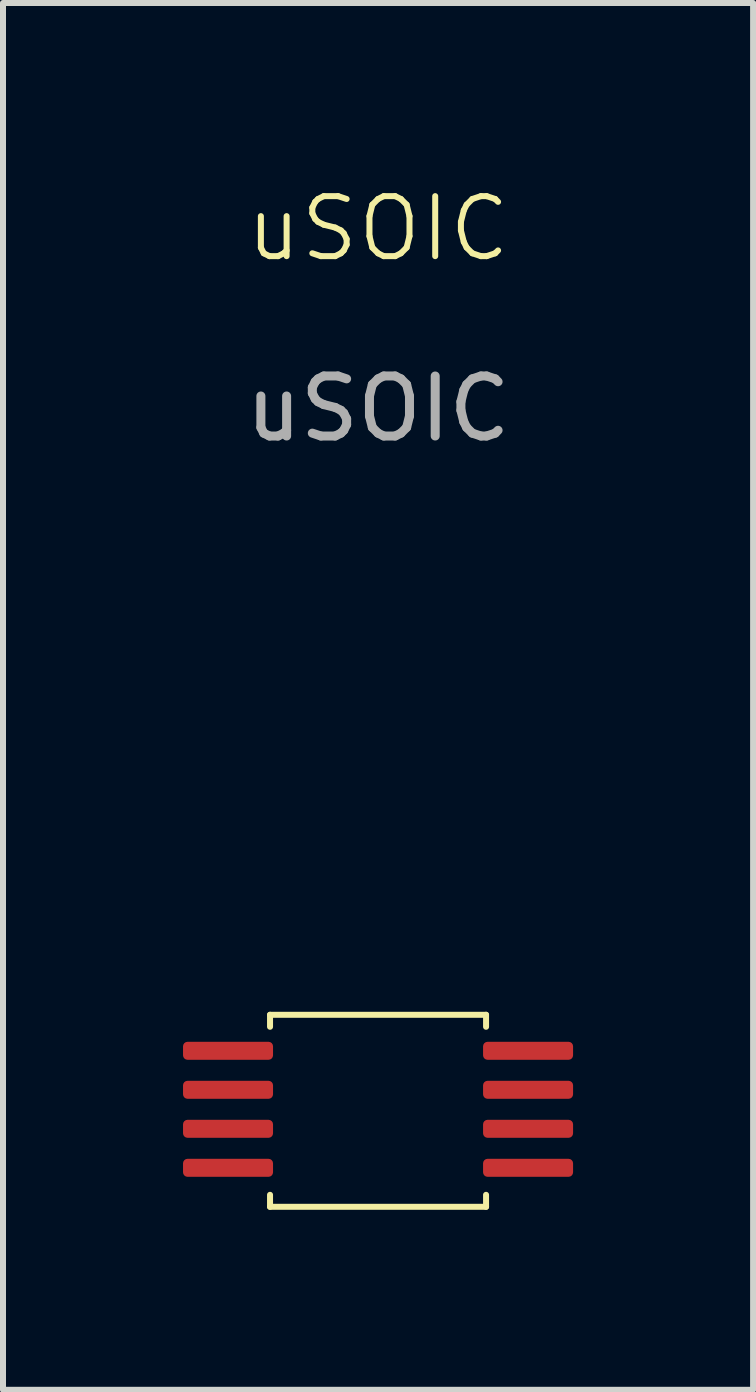
<source format=kicad_pcb>
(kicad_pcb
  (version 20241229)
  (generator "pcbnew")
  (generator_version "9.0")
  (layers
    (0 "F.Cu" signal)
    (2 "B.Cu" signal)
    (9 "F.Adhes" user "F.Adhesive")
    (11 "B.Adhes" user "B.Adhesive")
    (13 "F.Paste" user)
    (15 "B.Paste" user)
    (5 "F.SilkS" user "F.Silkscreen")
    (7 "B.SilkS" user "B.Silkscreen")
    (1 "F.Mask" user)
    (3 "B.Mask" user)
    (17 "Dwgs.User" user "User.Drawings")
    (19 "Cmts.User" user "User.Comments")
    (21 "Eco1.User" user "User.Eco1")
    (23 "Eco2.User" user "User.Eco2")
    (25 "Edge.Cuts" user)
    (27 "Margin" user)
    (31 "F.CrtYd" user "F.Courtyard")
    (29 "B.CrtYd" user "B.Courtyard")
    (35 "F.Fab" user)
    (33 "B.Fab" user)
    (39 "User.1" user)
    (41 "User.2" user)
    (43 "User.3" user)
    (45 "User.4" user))
  (footprint "uSOIC"
    (layer "F.Cu")
    (at 3.25 15.261)
    (property "Reference" "uSOIC" (at 0 -14.5 0) (unlocked yes) (layer "F.SilkS") (effects (font (size 1 1) (thickness 0.1))))
    (attr smd)
    (fp_line (start -1.8 -1.4) (end 1.8 -1.4) (stroke (width 0.1) (type default)) (layer "F.SilkS"))
    (fp_line (start -1.8 -1.2) (end -1.8 -1.4) (stroke (width 0.1) (type default)) (layer "F.SilkS"))
    (fp_line (start -1.8 1.6) (end -1.8 1.8) (stroke (width 0.1) (type default)) (layer "F.SilkS"))
    (fp_line (start -1.8 1.8) (end 1.8 1.8) (stroke (width 0.1) (type default)) (layer "F.SilkS"))
    (fp_line (start 1.8 -1.4) (end 1.8 -1.2) (stroke (width 0.1) (type default)) (layer "F.SilkS"))
    (fp_line (start 1.8 1.8) (end 1.8 1.6) (stroke (width 0.1) (type default)) (layer "F.SilkS"))
    (fp_text user "${REFERENCE}" (at 0 -11.5 0) (unlocked yes) (layer "F.Fab") (effects (font (size 1 1) (thickness 0.15))))
    (pad "1" smd roundrect (at -2.5 -0.8) (size 1.5 0.3) (layers "F.Cu" "F.Mask" "F.Paste") (roundrect_rratio 0.25))
    (pad "2" smd roundrect (at -2.5 -0.15) (size 1.5 0.3) (layers "F.Cu" "F.Mask" "F.Paste") (roundrect_rratio 0.25))
    (pad "3" smd roundrect (at -2.5 0.5) (size 1.5 0.3) (layers "F.Cu" "F.Mask" "F.Paste") (roundrect_rratio 0.25))
    (pad "4" smd roundrect (at -2.5 1.15) (size 1.5 0.3) (layers "F.Cu" "F.Mask" "F.Paste") (roundrect_rratio 0.25))
    (pad "5" smd roundrect (at 2.5 1.15) (size 1.5 0.3) (layers "F.Cu" "F.Mask" "F.Paste") (roundrect_rratio 0.25))
    (pad "6" smd roundrect (at 2.5 0.5) (size 1.5 0.3) (layers "F.Cu" "F.Mask" "F.Paste") (roundrect_rratio 0.25))
    (pad "7" smd roundrect (at 2.5 -0.15) (size 1.5 0.3) (layers "F.Cu" "F.Mask" "F.Paste") (roundrect_rratio 0.25))
    (pad "8" smd roundrect (at 2.5 -0.8) (size 1.5 0.3) (layers "F.Cu" "F.Mask" "F.Paste") (roundrect_rratio 0.25)))
  (gr_rect
    (start -3 -3)
    (end 9.5 20.11)
    (stroke (width 0.1) (type default))
    (fill no)
    (layer "Edge.Cuts")))
</source>
